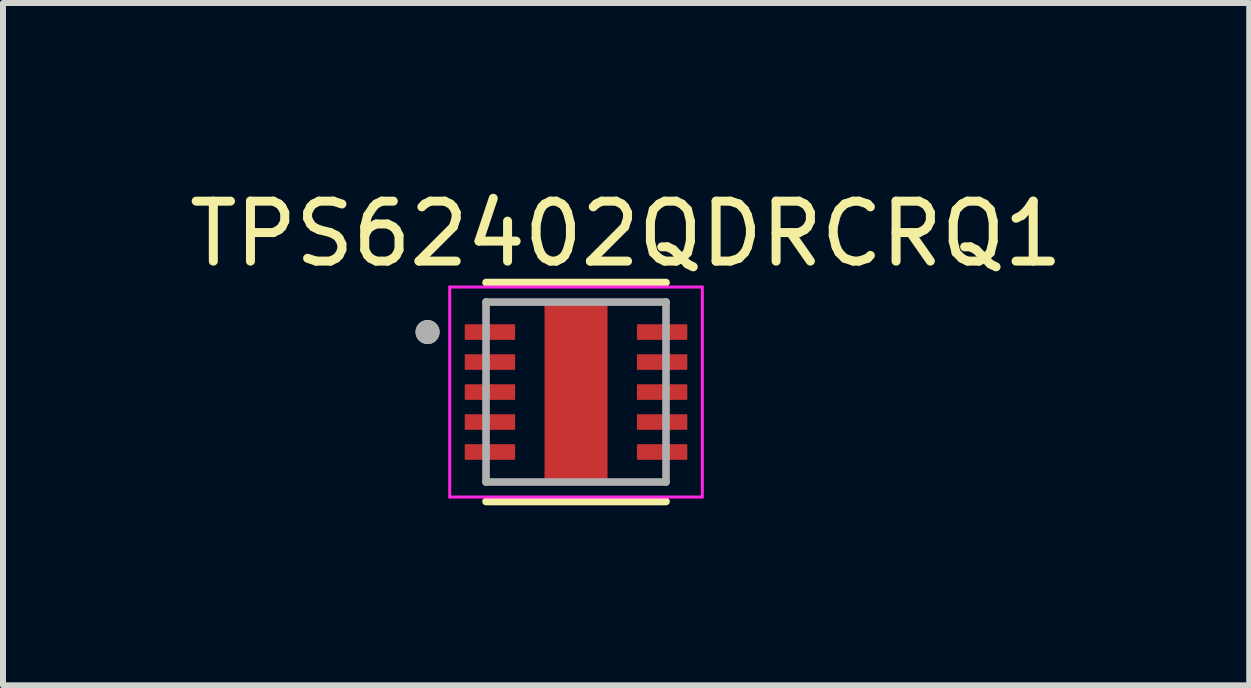
<source format=kicad_pcb>
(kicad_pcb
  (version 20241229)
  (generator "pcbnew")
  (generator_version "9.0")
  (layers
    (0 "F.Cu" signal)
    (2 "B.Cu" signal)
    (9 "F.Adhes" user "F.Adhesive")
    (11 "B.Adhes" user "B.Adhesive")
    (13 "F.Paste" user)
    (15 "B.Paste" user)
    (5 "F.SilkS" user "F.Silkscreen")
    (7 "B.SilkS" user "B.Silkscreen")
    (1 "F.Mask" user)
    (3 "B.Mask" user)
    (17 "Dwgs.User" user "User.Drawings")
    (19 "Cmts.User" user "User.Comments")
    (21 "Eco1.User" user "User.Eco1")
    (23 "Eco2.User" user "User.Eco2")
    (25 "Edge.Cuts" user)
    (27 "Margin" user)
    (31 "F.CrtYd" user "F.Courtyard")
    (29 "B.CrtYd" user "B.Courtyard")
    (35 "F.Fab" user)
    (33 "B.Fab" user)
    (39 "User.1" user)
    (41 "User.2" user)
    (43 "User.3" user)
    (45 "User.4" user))
  (footprint "TPS62402QDRCRQ1"
    (layer "F.Cu")
    (at 6.552 3.485)
    (property "Reference" "TPS62402QDRCRQ1" (at 0.835 -2.637 0) (layer "F.SilkS") (effects (font (size 1 1) (thickness 0.15))))
    (attr through_hole)
    (fp_line (start -1.5 -1.825) (end 1.5 -1.825) (stroke (width 0.127) (type solid)) (layer "F.SilkS"))
    (fp_line (start -1.5 1.825) (end 1.5 1.825) (stroke (width 0.127) (type solid)) (layer "F.SilkS"))
    (fp_circle (center -2.475 -1) (end -2.375 -1) (stroke (width 0.2) (type solid)) (fill no) (layer "F.SilkS"))
    (fp_poly (pts (xy -0.33 -0.95) (xy 0.33 -0.95) (xy 0.33 0.95) (xy -0.33 0.95)) (stroke (width 0.01) (type solid)) (fill yes) (layer "F.Paste"))
    (fp_line (start -2.105 -1.75) (end -2.105 1.75) (stroke (width 0.05) (type solid)) (layer "F.CrtYd"))
    (fp_line (start -2.105 -1.75) (end 2.105 -1.75) (stroke (width 0.05) (type solid)) (layer "F.CrtYd"))
    (fp_line (start -2.105 1.75) (end 2.105 1.75) (stroke (width 0.05) (type solid)) (layer "F.CrtYd"))
    (fp_line (start 2.105 -1.75) (end 2.105 1.75) (stroke (width 0.05) (type solid)) (layer "F.CrtYd"))
    (fp_line (start -1.5 -1.5) (end -1.5 1.5) (stroke (width 0.127) (type solid)) (layer "F.Fab"))
    (fp_line (start -1.5 -1.5) (end 1.5 -1.5) (stroke (width 0.127) (type solid)) (layer "F.Fab"))
    (fp_line (start -1.5 1.5) (end 1.5 1.5) (stroke (width 0.127) (type solid)) (layer "F.Fab"))
    (fp_line (start 1.5 -1.5) (end 1.5 1.5) (stroke (width 0.127) (type solid)) (layer "F.Fab"))
    (fp_circle (center -2.475 -1) (end -2.375 -1) (stroke (width 0.2) (type solid)) (fill no) (layer "F.Fab"))
    (pad "1" smd roundrect (at -1.435 -1) (size 0.84 0.26) (layers "F.Cu" "F.Mask" "F.Paste") (roundrect_rratio 0.03))
    (pad "2" smd roundrect (at -1.435 -0.5) (size 0.84 0.26) (layers "F.Cu" "F.Mask" "F.Paste") (roundrect_rratio 0.03))
    (pad "3" smd roundrect (at -1.435 0) (size 0.84 0.26) (layers "F.Cu" "F.Mask" "F.Paste") (roundrect_rratio 0.03))
    (pad "4" smd roundrect (at -1.435 0.5) (size 0.84 0.26) (layers "F.Cu" "F.Mask" "F.Paste") (roundrect_rratio 0.03))
    (pad "5" smd roundrect (at -1.435 1) (size 0.84 0.26) (layers "F.Cu" "F.Mask" "F.Paste") (roundrect_rratio 0.03))
    (pad "6" smd roundrect (at 1.435 1) (size 0.84 0.26) (layers "F.Cu" "F.Mask" "F.Paste") (roundrect_rratio 0.03))
    (pad "7" smd roundrect (at 1.435 0.5) (size 0.84 0.26) (layers "F.Cu" "F.Mask" "F.Paste") (roundrect_rratio 0.03))
    (pad "8" smd roundrect (at 1.435 0) (size 0.84 0.26) (layers "F.Cu" "F.Mask" "F.Paste") (roundrect_rratio 0.03))
    (pad "9" smd roundrect (at 1.435 -0.5) (size 0.84 0.26) (layers "F.Cu" "F.Mask" "F.Paste") (roundrect_rratio 0.03))
    (pad "10" smd roundrect (at 1.435 -1) (size 0.84 0.26) (layers "F.Cu" "F.Mask" "F.Paste") (roundrect_rratio 0.03))
    (pad "11" smd rect (at 0 0) (size 1.05 3.01) (layers "F.Cu" "F.Mask")))
  (gr_rect
    (start -3 -3)
    (end 17.774 8.374)
    (stroke (width 0.1) (type default))
    (fill no)
    (layer "Edge.Cuts")))
</source>
